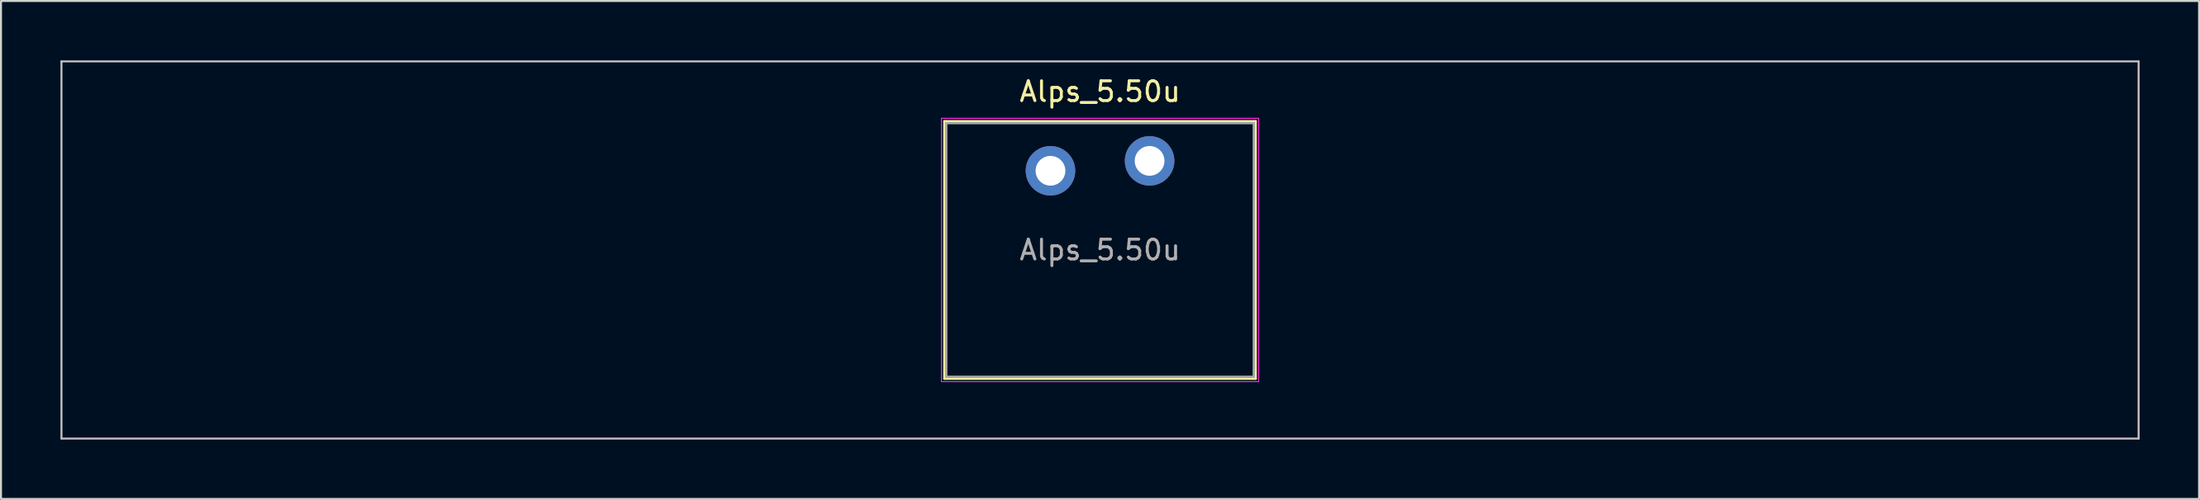
<source format=kicad_pcb>
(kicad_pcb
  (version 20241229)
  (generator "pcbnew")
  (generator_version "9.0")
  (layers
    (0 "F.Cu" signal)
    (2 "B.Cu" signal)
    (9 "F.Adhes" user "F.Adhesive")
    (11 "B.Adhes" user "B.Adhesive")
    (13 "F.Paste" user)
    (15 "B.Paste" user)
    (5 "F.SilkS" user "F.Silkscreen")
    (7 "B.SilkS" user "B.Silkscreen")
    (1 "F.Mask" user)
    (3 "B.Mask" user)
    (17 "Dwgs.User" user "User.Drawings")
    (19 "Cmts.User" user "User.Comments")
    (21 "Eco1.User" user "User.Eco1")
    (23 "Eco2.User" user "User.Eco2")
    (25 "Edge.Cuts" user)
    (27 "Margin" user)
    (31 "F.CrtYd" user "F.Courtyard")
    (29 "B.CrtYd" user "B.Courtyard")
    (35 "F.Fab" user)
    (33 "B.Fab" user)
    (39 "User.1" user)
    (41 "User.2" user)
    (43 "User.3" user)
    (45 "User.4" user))
  (footprint "Alps_5.50u"
    (layer "F.Cu")
    (at 52.438 9.575)
    (property "Reference" "Alps_5.50u" (at 0 -8 0) (layer "F.SilkS") (effects (font (size 1 1) (thickness 0.15))))
    (attr through_hole)
    (fp_line (start -7.85 -6.5) (end -7.85 6.5) (stroke (width 0.12) (type solid)) (layer "F.SilkS"))
    (fp_line (start -7.85 6.5) (end 7.85 6.5) (stroke (width 0.12) (type solid)) (layer "F.SilkS"))
    (fp_line (start 7.85 -6.5) (end -7.85 -6.5) (stroke (width 0.12) (type solid)) (layer "F.SilkS"))
    (fp_line (start 7.85 6.5) (end 7.85 -6.5) (stroke (width 0.12) (type solid)) (layer "F.SilkS"))
    (fp_line (start -52.388 -9.525) (end -52.388 9.525) (stroke (width 0.1) (type solid)) (layer "Dwgs.User"))
    (fp_line (start -52.388 9.525) (end 52.388 9.525) (stroke (width 0.1) (type solid)) (layer "Dwgs.User"))
    (fp_line (start 52.388 -9.525) (end -52.388 -9.525) (stroke (width 0.1) (type solid)) (layer "Dwgs.User"))
    (fp_line (start 52.388 9.525) (end 52.388 -9.525) (stroke (width 0.1) (type solid)) (layer "Dwgs.User"))
    (fp_line (start -7.75 -6.4) (end -7.75 6.4) (stroke (width 0.1) (type solid)) (layer "Eco1.User"))
    (fp_line (start -7.75 6.4) (end 7.75 6.4) (stroke (width 0.1) (type solid)) (layer "Eco1.User"))
    (fp_line (start 7.75 -6.4) (end -7.75 -6.4) (stroke (width 0.1) (type solid)) (layer "Eco1.User"))
    (fp_line (start 7.75 6.4) (end 7.75 -6.4) (stroke (width 0.1) (type solid)) (layer "Eco1.User"))
    (fp_line (start -8 -6.65) (end -8 6.65) (stroke (width 0.05) (type solid)) (layer "F.CrtYd"))
    (fp_line (start -8 6.65) (end 8 6.65) (stroke (width 0.05) (type solid)) (layer "F.CrtYd"))
    (fp_line (start 8 -6.65) (end -8 -6.65) (stroke (width 0.05) (type solid)) (layer "F.CrtYd"))
    (fp_line (start 8 6.65) (end 8 -6.65) (stroke (width 0.05) (type solid)) (layer "F.CrtYd"))
    (fp_line (start -7.75 -6.4) (end -7.75 6.4) (stroke (width 0.1) (type solid)) (layer "F.Fab"))
    (fp_line (start -7.75 6.4) (end 7.75 6.4) (stroke (width 0.1) (type solid)) (layer "F.Fab"))
    (fp_line (start 7.75 -6.4) (end -7.75 -6.4) (stroke (width 0.1) (type solid)) (layer "F.Fab"))
    (fp_line (start 7.75 6.4) (end 7.75 -6.4) (stroke (width 0.1) (type solid)) (layer "F.Fab"))
    (fp_text user "${REFERENCE}" (at 0 0 0) (layer "F.Fab") (effects (font (size 1 1) (thickness 0.15))))
    (pad "1" thru_hole circle (at -2.5 -4) (size 2.5 2.5) (drill 1.5) (layers "*.Cu" "*.Mask"))
    (pad "2" thru_hole circle (at 2.5 -4.5) (size 2.5 2.5) (drill 1.5) (layers "*.Cu" "*.Mask")))
  (gr_rect
    (start -3 -3)
    (end 107.875 22.15)
    (stroke (width 0.1) (type default))
    (fill no)
    (layer "Edge.Cuts")))
</source>
